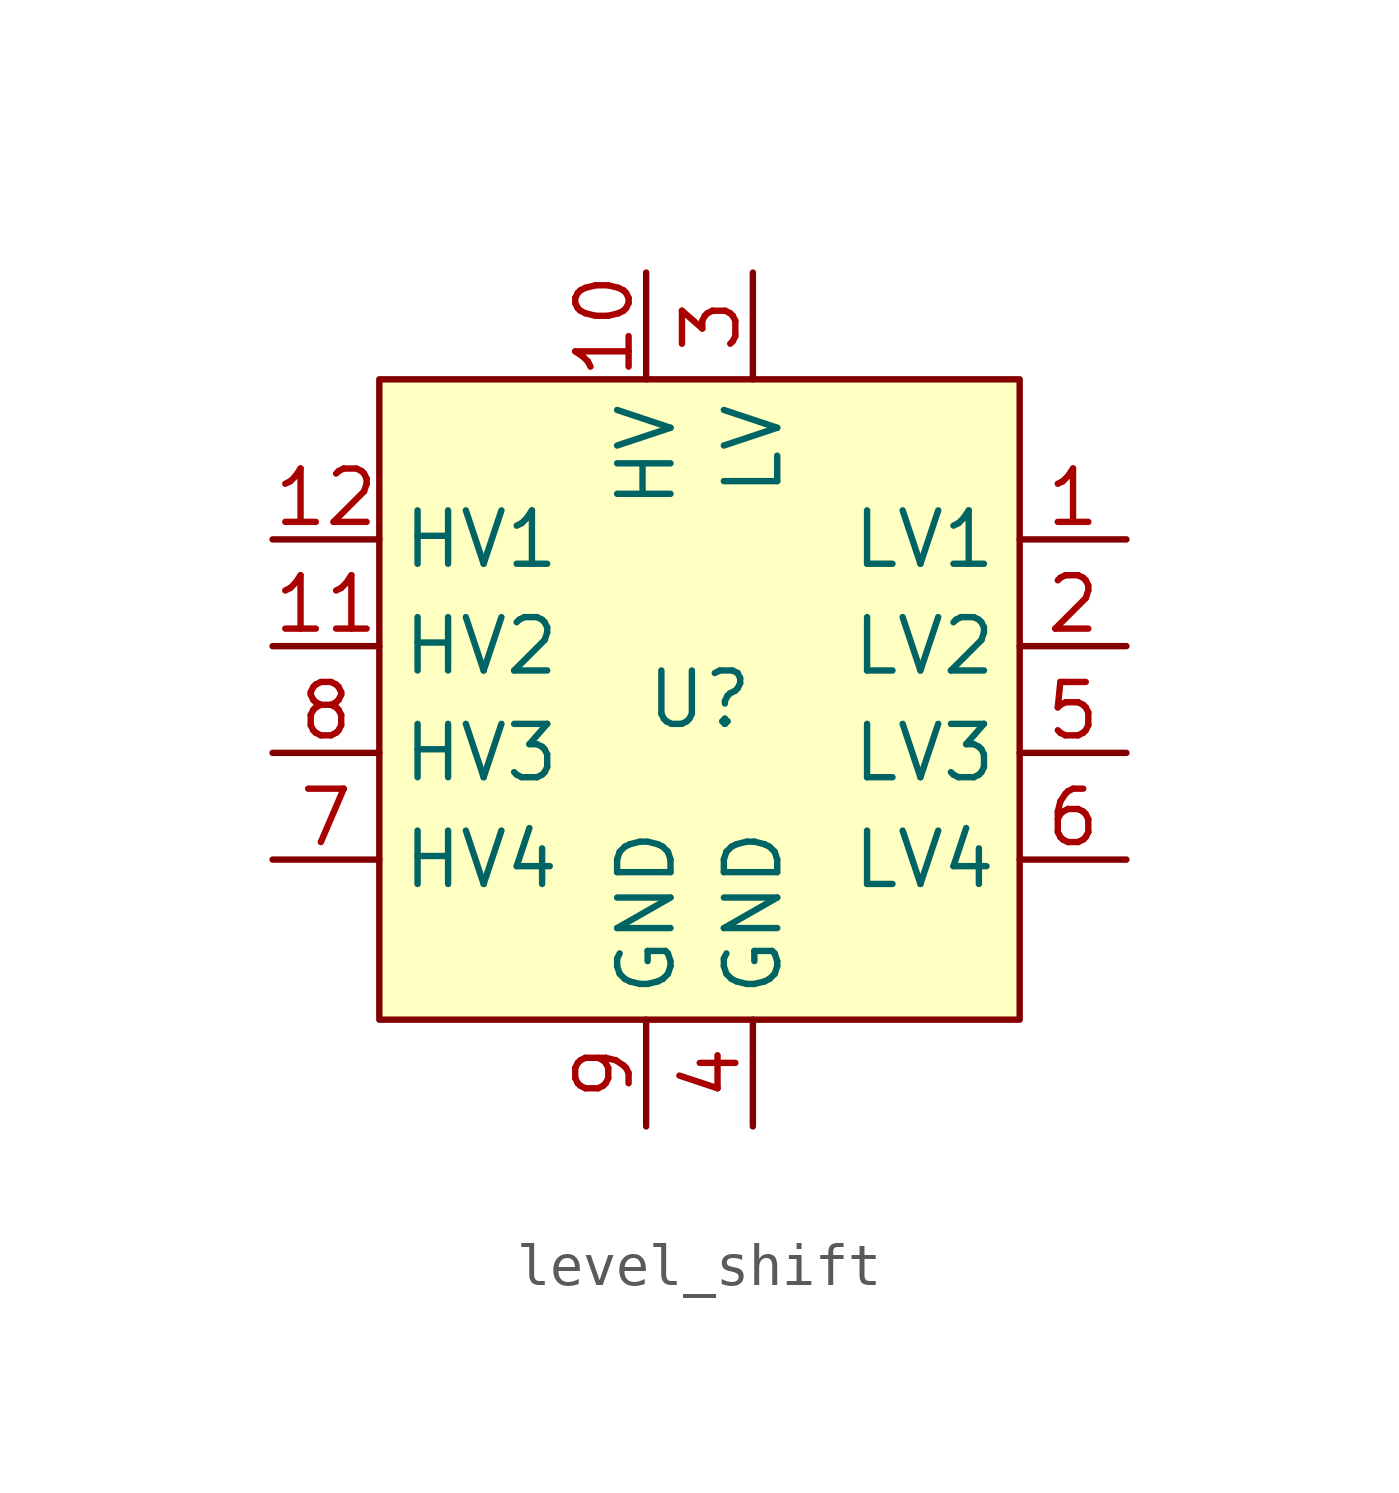
<source format=kicad_sym>
(kicad_symbol_lib
  (version 20241209)
  (generator "kicad_symbol_editor")
  (generator_version "9.0")
  (symbol "level_shift"
    (property "Reference" "U"
      (at 0 0 0)
      (effects (font (size 1.27 1.27))))
    (property "Value" ""
      (at 0 0 0)
      (effects (font (size 1.27 1.27))))
    (symbol "level_shift_1_1"
      (rectangle (start -7.62 7.62) (end 7.62 -7.62) (stroke (width 0) (type solid)) (fill (type background)))
      (pin input line (at -10.16 3.81 0) (length 2.54) (name "HV1" (effects (font (size 1.27 1.27)))) (number "12" (effects (font (size 1.27 1.27)))))
      (pin input line (at -10.16 1.27 0) (length 2.54) (name "HV2" (effects (font (size 1.27 1.27)))) (number "11" (effects (font (size 1.27 1.27)))))
      (pin input line (at -10.16 -1.27 0) (length 2.54) (name "HV3" (effects (font (size 1.27 1.27)))) (number "8" (effects (font (size 1.27 1.27)))))
      (pin input line (at -10.16 -3.81 0) (length 2.54) (name "HV4" (effects (font (size 1.27 1.27)))) (number "7" (effects (font (size 1.27 1.27)))))
      (pin power_in line (at -1.27 10.16 270) (length 2.54) (name "HV" (effects (font (size 1.27 1.27)))) (number "10" (effects (font (size 1.27 1.27)))))
      (pin power_out line (at -1.27 -10.16 90) (length 2.54) (name "GND" (effects (font (size 1.27 1.27)))) (number "9" (effects (font (size 1.27 1.27)))))
      (pin power_in line (at 1.27 10.16 270) (length 2.54) (name "LV" (effects (font (size 1.27 1.27)))) (number "3" (effects (font (size 1.27 1.27)))))
      (pin power_out line (at 1.27 -10.16 90) (length 2.54) (name "GND" (effects (font (size 1.27 1.27)))) (number "4" (effects (font (size 1.27 1.27)))))
      (pin output line (at 10.16 3.81 180) (length 2.54) (name "LV1" (effects (font (size 1.27 1.27)))) (number "1" (effects (font (size 1.27 1.27)))))
      (pin output line (at 10.16 1.27 180) (length 2.54) (name "LV2" (effects (font (size 1.27 1.27)))) (number "2" (effects (font (size 1.27 1.27)))))
      (pin output line (at 10.16 -1.27 180) (length 2.54) (name "LV3" (effects (font (size 1.27 1.27)))) (number "5" (effects (font (size 1.27 1.27)))))
      (pin output line (at 10.16 -3.81 180) (length 2.54) (name "LV4" (effects (font (size 1.27 1.27)))) (number "6" (effects (font (size 1.27 1.27))))))))
</source>
